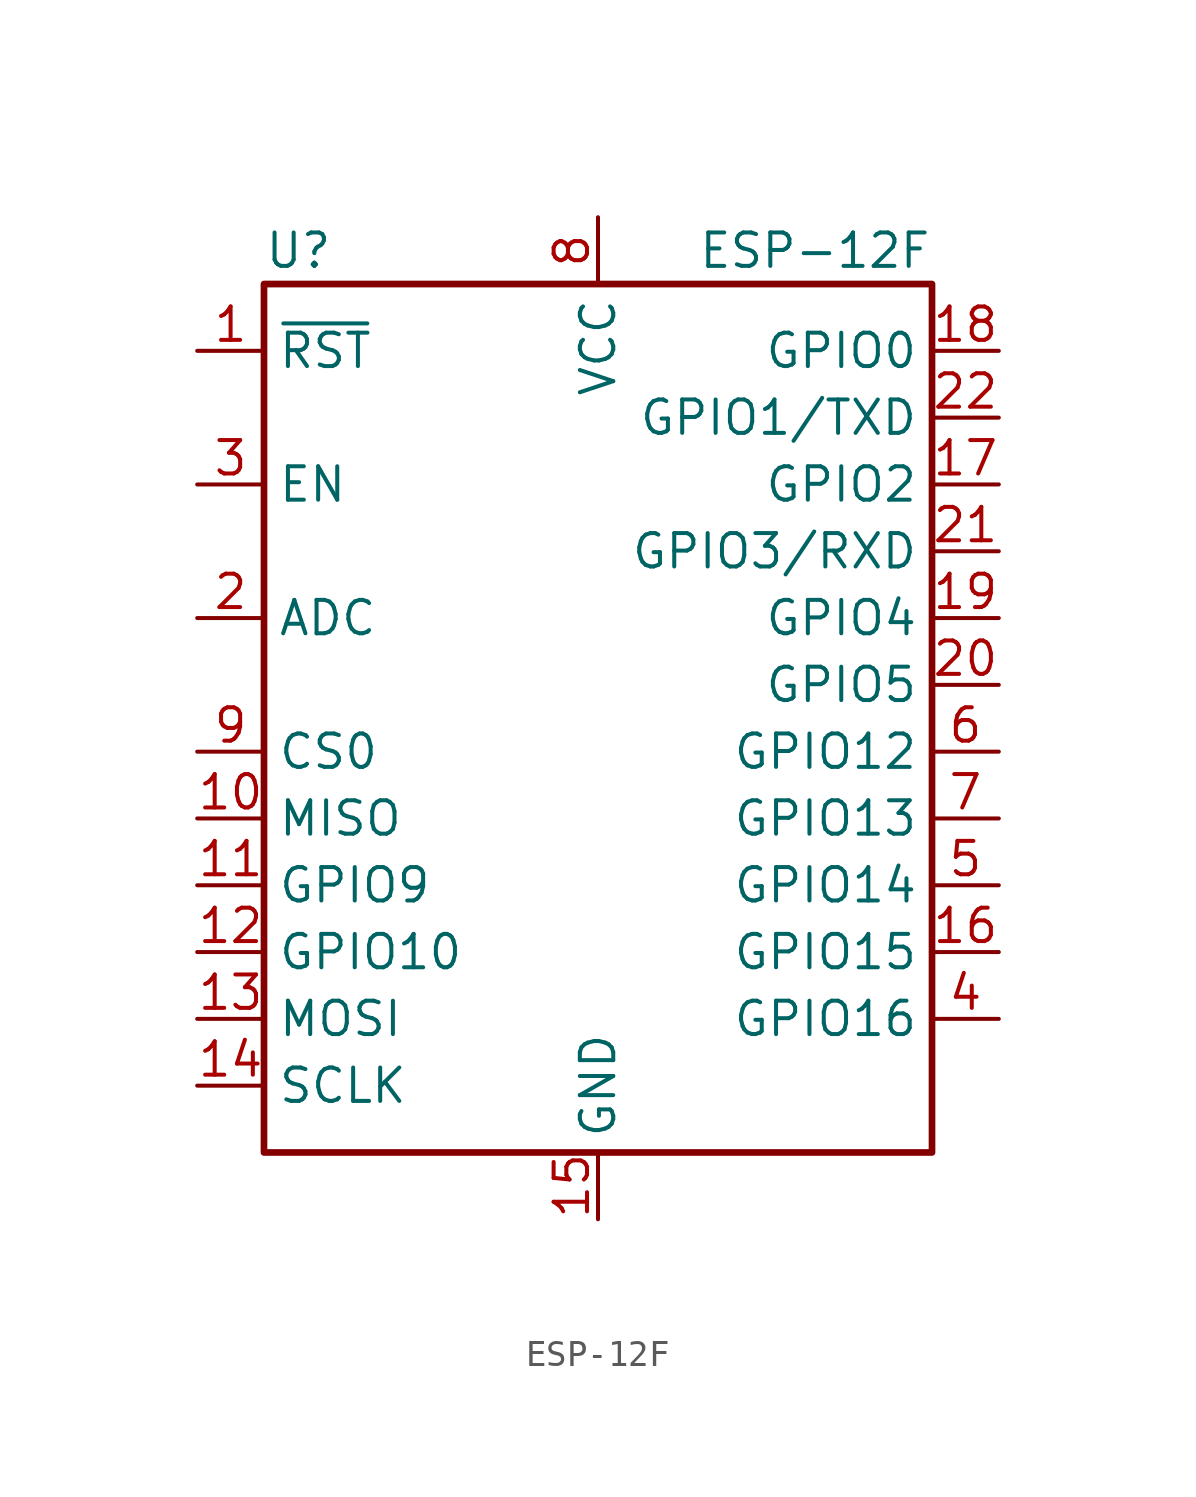
<source format=kicad_sym>
(kicad_symbol_lib
  (version 20211014)
  (generator kicad_symbol_editor)
  (symbol "ESP-12F"
    (property "Reference" "U"
      (at -12.7 19.05 0)
      (effects (font (size 1.27 1.27)) (justify left)))
    (property "Value" "ESP-12F"
      (at 12.7 19.05 0)
      (effects (font (size 1.27 1.27)) (justify right)))
    (symbol "ESP-12F_0_1"
      (rectangle (start -12.7 17.78) (end 12.7 -15.24) (stroke (width 0.254) (type default) (color 0 0 0 0)) (fill (type none))))
    (symbol "ESP-12F_1_1"
      (pin input line (at -15.24 15.24 0) (length 2.54) (name "~{RST}" (effects (font (size 1.27 1.27)))) (number "1" (effects (font (size 1.27 1.27)))))
      (pin bidirectional line (at -15.24 -2.54 0) (length 2.54) (name "MISO" (effects (font (size 1.27 1.27)))) (number "10" (effects (font (size 1.27 1.27)))))
      (pin bidirectional line (at -15.24 -5.08 0) (length 2.54) (name "GPIO9" (effects (font (size 1.27 1.27)))) (number "11" (effects (font (size 1.27 1.27)))))
      (pin bidirectional line (at -15.24 -7.62 0) (length 2.54) (name "GPIO10" (effects (font (size 1.27 1.27)))) (number "12" (effects (font (size 1.27 1.27)))))
      (pin bidirectional line (at -15.24 -10.16 0) (length 2.54) (name "MOSI" (effects (font (size 1.27 1.27)))) (number "13" (effects (font (size 1.27 1.27)))))
      (pin bidirectional line (at -15.24 -12.7 0) (length 2.54) (name "SCLK" (effects (font (size 1.27 1.27)))) (number "14" (effects (font (size 1.27 1.27)))))
      (pin power_in line (at 0 -17.78 90) (length 2.54) (name "GND" (effects (font (size 1.27 1.27)))) (number "15" (effects (font (size 1.27 1.27)))))
      (pin bidirectional line (at 15.24 -7.62 180) (length 2.54) (name "GPIO15" (effects (font (size 1.27 1.27)))) (number "16" (effects (font (size 1.27 1.27)))))
      (pin bidirectional line (at 15.24 10.16 180) (length 2.54) (name "GPIO2" (effects (font (size 1.27 1.27)))) (number "17" (effects (font (size 1.27 1.27)))))
      (pin bidirectional line (at 15.24 15.24 180) (length 2.54) (name "GPIO0" (effects (font (size 1.27 1.27)))) (number "18" (effects (font (size 1.27 1.27)))))
      (pin bidirectional line (at 15.24 5.08 180) (length 2.54) (name "GPIO4" (effects (font (size 1.27 1.27)))) (number "19" (effects (font (size 1.27 1.27)))))
      (pin input line (at -15.24 5.08 0) (length 2.54) (name "ADC" (effects (font (size 1.27 1.27)))) (number "2" (effects (font (size 1.27 1.27)))))
      (pin bidirectional line (at 15.24 2.54 180) (length 2.54) (name "GPIO5" (effects (font (size 1.27 1.27)))) (number "20" (effects (font (size 1.27 1.27)))))
      (pin bidirectional line (at 15.24 7.62 180) (length 2.54) (name "GPIO3/RXD" (effects (font (size 1.27 1.27)))) (number "21" (effects (font (size 1.27 1.27)))))
      (pin bidirectional line (at 15.24 12.7 180) (length 2.54) (name "GPIO1/TXD" (effects (font (size 1.27 1.27)))) (number "22" (effects (font (size 1.27 1.27)))))
      (pin input line (at -15.24 10.16 0) (length 2.54) (name "EN" (effects (font (size 1.27 1.27)))) (number "3" (effects (font (size 1.27 1.27)))))
      (pin bidirectional line (at 15.24 -10.16 180) (length 2.54) (name "GPIO16" (effects (font (size 1.27 1.27)))) (number "4" (effects (font (size 1.27 1.27)))))
      (pin bidirectional line (at 15.24 -5.08 180) (length 2.54) (name "GPIO14" (effects (font (size 1.27 1.27)))) (number "5" (effects (font (size 1.27 1.27)))))
      (pin bidirectional line (at 15.24 0 180) (length 2.54) (name "GPIO12" (effects (font (size 1.27 1.27)))) (number "6" (effects (font (size 1.27 1.27)))))
      (pin bidirectional line (at 15.24 -2.54 180) (length 2.54) (name "GPIO13" (effects (font (size 1.27 1.27)))) (number "7" (effects (font (size 1.27 1.27)))))
      (pin power_in line (at 0 20.32 270) (length 2.54) (name "VCC" (effects (font (size 1.27 1.27)))) (number "8" (effects (font (size 1.27 1.27)))))
      (pin input line (at -15.24 0 0) (length 2.54) (name "CS0" (effects (font (size 1.27 1.27)))) (number "9" (effects (font (size 1.27 1.27))))))))
</source>
